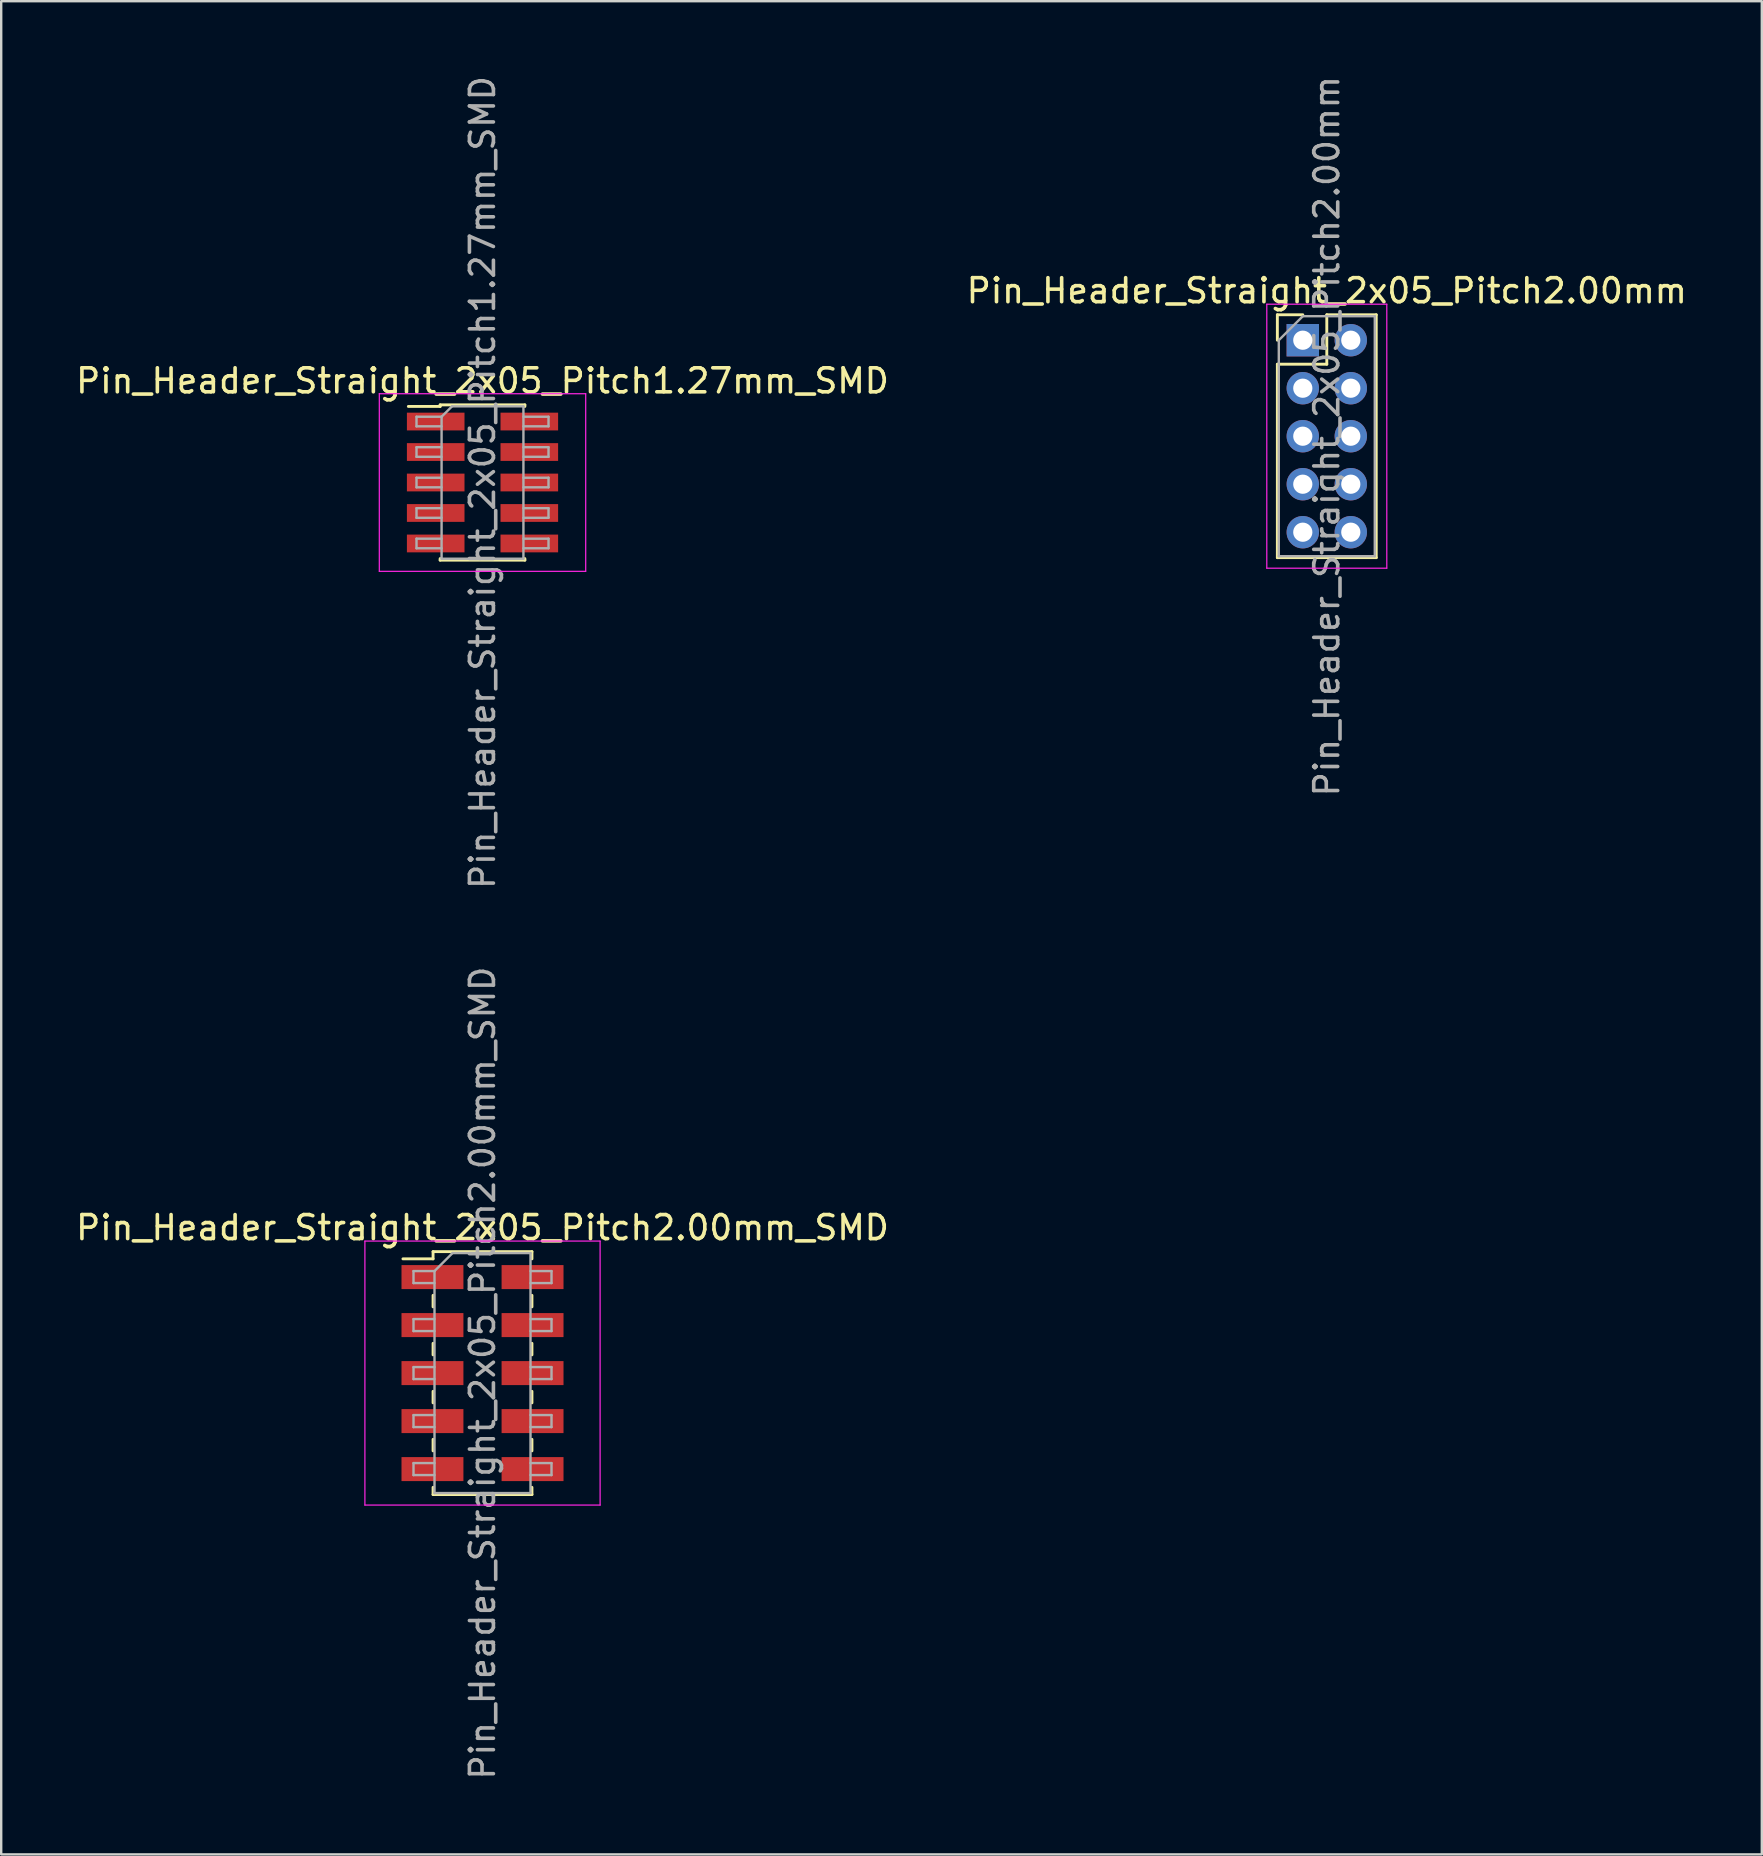
<source format=kicad_pcb>
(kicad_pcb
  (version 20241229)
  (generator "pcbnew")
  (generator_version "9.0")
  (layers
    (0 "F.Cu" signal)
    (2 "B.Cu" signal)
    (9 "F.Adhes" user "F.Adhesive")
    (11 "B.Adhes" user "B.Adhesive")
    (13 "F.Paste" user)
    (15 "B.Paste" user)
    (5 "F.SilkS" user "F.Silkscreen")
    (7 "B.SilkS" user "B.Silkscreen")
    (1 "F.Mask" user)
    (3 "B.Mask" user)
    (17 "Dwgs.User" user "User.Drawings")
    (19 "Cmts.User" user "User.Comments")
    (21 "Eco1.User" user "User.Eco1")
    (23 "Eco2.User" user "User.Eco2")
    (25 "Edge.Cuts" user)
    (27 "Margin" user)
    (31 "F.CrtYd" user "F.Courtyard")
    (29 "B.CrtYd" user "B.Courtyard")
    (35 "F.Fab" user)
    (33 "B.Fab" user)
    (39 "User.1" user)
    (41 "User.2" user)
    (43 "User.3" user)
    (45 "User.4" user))
  (footprint "Pin_Header_Straight_2x05_Pitch2.00mm"
    (layer "F.Cu")
    (at 51.232 11.125)
    (property "Reference" "Pin_Header_Straight_2x05_Pitch2.00mm" (at 1 -2.06 0) (layer "F.SilkS") (effects (font (size 1 1) (thickness 0.15))))
    (attr through_hole)
    (fp_line (start -1.06 -1.06) (end 0 -1.06) (stroke (width 0.12) (type solid)) (layer "F.SilkS"))
    (fp_line (start -1.06 0) (end -1.06 -1.06) (stroke (width 0.12) (type solid)) (layer "F.SilkS"))
    (fp_line (start -1.06 1) (end -1.06 9.06) (stroke (width 0.12) (type solid)) (layer "F.SilkS"))
    (fp_line (start -1.06 1) (end 1 1) (stroke (width 0.12) (type solid)) (layer "F.SilkS"))
    (fp_line (start -1.06 9.06) (end 3.06 9.06) (stroke (width 0.12) (type solid)) (layer "F.SilkS"))
    (fp_line (start 1 -1.06) (end 3.06 -1.06) (stroke (width 0.12) (type solid)) (layer "F.SilkS"))
    (fp_line (start 1 1) (end 1 -1.06) (stroke (width 0.12) (type solid)) (layer "F.SilkS"))
    (fp_line (start 3.06 -1.06) (end 3.06 9.06) (stroke (width 0.12) (type solid)) (layer "F.SilkS"))
    (fp_line (start -1.5 -1.5) (end -1.5 9.5) (stroke (width 0.05) (type solid)) (layer "F.CrtYd"))
    (fp_line (start -1.5 9.5) (end 3.5 9.5) (stroke (width 0.05) (type solid)) (layer "F.CrtYd"))
    (fp_line (start 3.5 -1.5) (end -1.5 -1.5) (stroke (width 0.05) (type solid)) (layer "F.CrtYd"))
    (fp_line (start 3.5 9.5) (end 3.5 -1.5) (stroke (width 0.05) (type solid)) (layer "F.CrtYd"))
    (fp_line (start -1 0) (end 0 -1) (stroke (width 0.1) (type solid)) (layer "F.Fab"))
    (fp_line (start -1 9) (end -1 0) (stroke (width 0.1) (type solid)) (layer "F.Fab"))
    (fp_line (start 0 -1) (end 3 -1) (stroke (width 0.1) (type solid)) (layer "F.Fab"))
    (fp_line (start 3 -1) (end 3 9) (stroke (width 0.1) (type solid)) (layer "F.Fab"))
    (fp_line (start 3 9) (end -1 9) (stroke (width 0.1) (type solid)) (layer "F.Fab"))
    (fp_text user "${REFERENCE}" (at 1 4 90) (layer "F.Fab") (effects (font (size 1 1) (thickness 0.15))))
    (pad "1" thru_hole rect (at 0 0) (size 1.35 1.35) (drill 0.8) (layers "*.Cu" "*.Mask"))
    (pad "2" thru_hole oval (at 2 0) (size 1.35 1.35) (drill 0.8) (layers "*.Cu" "*.Mask"))
    (pad "3" thru_hole oval (at 0 2) (size 1.35 1.35) (drill 0.8) (layers "*.Cu" "*.Mask"))
    (pad "4" thru_hole oval (at 2 2) (size 1.35 1.35) (drill 0.8) (layers "*.Cu" "*.Mask"))
    (pad "5" thru_hole oval (at 0 4) (size 1.35 1.35) (drill 0.8) (layers "*.Cu" "*.Mask"))
    (pad "6" thru_hole oval (at 2 4) (size 1.35 1.35) (drill 0.8) (layers "*.Cu" "*.Mask"))
    (pad "7" thru_hole oval (at 0 6) (size 1.35 1.35) (drill 0.8) (layers "*.Cu" "*.Mask"))
    (pad "8" thru_hole oval (at 2 6) (size 1.35 1.35) (drill 0.8) (layers "*.Cu" "*.Mask"))
    (pad "9" thru_hole oval (at 0 8) (size 1.35 1.35) (drill 0.8) (layers "*.Cu" "*.Mask"))
    (pad "10" thru_hole oval (at 2 8) (size 1.35 1.35) (drill 0.8) (layers "*.Cu" "*.Mask")))
  (footprint "Pin_Header_Straight_2x05_Pitch2.00mm_SMD"
    (layer "F.Cu")
    (at 17.054 54.161)
    (property "Reference" "Pin_Header_Straight_2x05_Pitch2.00mm_SMD" (at 0 -6.06 0) (layer "F.SilkS") (effects (font (size 1 1) (thickness 0.15))))
    (attr smd)
    (fp_line (start -3.315 -4.76) (end -2.06 -4.76) (stroke (width 0.12) (type solid)) (layer "F.SilkS"))
    (fp_line (start -2.06 -5.06) (end -2.06 -4.76) (stroke (width 0.12) (type solid)) (layer "F.SilkS"))
    (fp_line (start -2.06 -5.06) (end 2.06 -5.06) (stroke (width 0.12) (type solid)) (layer "F.SilkS"))
    (fp_line (start -2.06 -3.24) (end -2.06 -2.76) (stroke (width 0.12) (type solid)) (layer "F.SilkS"))
    (fp_line (start -2.06 -1.24) (end -2.06 -0.76) (stroke (width 0.12) (type solid)) (layer "F.SilkS"))
    (fp_line (start -2.06 0.76) (end -2.06 1.24) (stroke (width 0.12) (type solid)) (layer "F.SilkS"))
    (fp_line (start -2.06 2.76) (end -2.06 3.24) (stroke (width 0.12) (type solid)) (layer "F.SilkS"))
    (fp_line (start -2.06 4.76) (end -2.06 5.06) (stroke (width 0.12) (type solid)) (layer "F.SilkS"))
    (fp_line (start -2.06 5.06) (end 2.06 5.06) (stroke (width 0.12) (type solid)) (layer "F.SilkS"))
    (fp_line (start 2.06 -5.06) (end 2.06 -4.76) (stroke (width 0.12) (type solid)) (layer "F.SilkS"))
    (fp_line (start 2.06 -3.24) (end 2.06 -2.76) (stroke (width 0.12) (type solid)) (layer "F.SilkS"))
    (fp_line (start 2.06 -1.24) (end 2.06 -0.76) (stroke (width 0.12) (type solid)) (layer "F.SilkS"))
    (fp_line (start 2.06 0.76) (end 2.06 1.24) (stroke (width 0.12) (type solid)) (layer "F.SilkS"))
    (fp_line (start 2.06 2.76) (end 2.06 3.24) (stroke (width 0.12) (type solid)) (layer "F.SilkS"))
    (fp_line (start 2.06 4.76) (end 2.06 5.06) (stroke (width 0.12) (type solid)) (layer "F.SilkS"))
    (fp_line (start -4.9 -5.5) (end -4.9 5.5) (stroke (width 0.05) (type solid)) (layer "F.CrtYd"))
    (fp_line (start -4.9 5.5) (end 4.9 5.5) (stroke (width 0.05) (type solid)) (layer "F.CrtYd"))
    (fp_line (start 4.9 -5.5) (end -4.9 -5.5) (stroke (width 0.05) (type solid)) (layer "F.CrtYd"))
    (fp_line (start 4.9 5.5) (end 4.9 -5.5) (stroke (width 0.05) (type solid)) (layer "F.CrtYd"))
    (fp_line (start -2.875 -4.25) (end -2.875 -3.75) (stroke (width 0.1) (type solid)) (layer "F.Fab"))
    (fp_line (start -2.875 -3.75) (end -2 -3.75) (stroke (width 0.1) (type solid)) (layer "F.Fab"))
    (fp_line (start -2.875 -2.25) (end -2.875 -1.75) (stroke (width 0.1) (type solid)) (layer "F.Fab"))
    (fp_line (start -2.875 -1.75) (end -2 -1.75) (stroke (width 0.1) (type solid)) (layer "F.Fab"))
    (fp_line (start -2.875 -0.25) (end -2.875 0.25) (stroke (width 0.1) (type solid)) (layer "F.Fab"))
    (fp_line (start -2.875 0.25) (end -2 0.25) (stroke (width 0.1) (type solid)) (layer "F.Fab"))
    (fp_line (start -2.875 1.75) (end -2.875 2.25) (stroke (width 0.1) (type solid)) (layer "F.Fab"))
    (fp_line (start -2.875 2.25) (end -2 2.25) (stroke (width 0.1) (type solid)) (layer "F.Fab"))
    (fp_line (start -2.875 3.75) (end -2.875 4.25) (stroke (width 0.1) (type solid)) (layer "F.Fab"))
    (fp_line (start -2.875 4.25) (end -2 4.25) (stroke (width 0.1) (type solid)) (layer "F.Fab"))
    (fp_line (start -2 -4.25) (end -2.875 -4.25) (stroke (width 0.1) (type solid)) (layer "F.Fab"))
    (fp_line (start -2 -4.25) (end -1.25 -5) (stroke (width 0.1) (type solid)) (layer "F.Fab"))
    (fp_line (start -2 -2.25) (end -2.875 -2.25) (stroke (width 0.1) (type solid)) (layer "F.Fab"))
    (fp_line (start -2 -0.25) (end -2.875 -0.25) (stroke (width 0.1) (type solid)) (layer "F.Fab"))
    (fp_line (start -2 1.75) (end -2.875 1.75) (stroke (width 0.1) (type solid)) (layer "F.Fab"))
    (fp_line (start -2 3.75) (end -2.875 3.75) (stroke (width 0.1) (type solid)) (layer "F.Fab"))
    (fp_line (start -2 5) (end -2 -4.25) (stroke (width 0.1) (type solid)) (layer "F.Fab"))
    (fp_line (start -1.25 -5) (end 2 -5) (stroke (width 0.1) (type solid)) (layer "F.Fab"))
    (fp_line (start 2 -5) (end 2 5) (stroke (width 0.1) (type solid)) (layer "F.Fab"))
    (fp_line (start 2 -4.25) (end 2.875 -4.25) (stroke (width 0.1) (type solid)) (layer "F.Fab"))
    (fp_line (start 2 -2.25) (end 2.875 -2.25) (stroke (width 0.1) (type solid)) (layer "F.Fab"))
    (fp_line (start 2 -0.25) (end 2.875 -0.25) (stroke (width 0.1) (type solid)) (layer "F.Fab"))
    (fp_line (start 2 1.75) (end 2.875 1.75) (stroke (width 0.1) (type solid)) (layer "F.Fab"))
    (fp_line (start 2 3.75) (end 2.875 3.75) (stroke (width 0.1) (type solid)) (layer "F.Fab"))
    (fp_line (start 2 5) (end -2 5) (stroke (width 0.1) (type solid)) (layer "F.Fab"))
    (fp_line (start 2.875 -4.25) (end 2.875 -3.75) (stroke (width 0.1) (type solid)) (layer "F.Fab"))
    (fp_line (start 2.875 -3.75) (end 2 -3.75) (stroke (width 0.1) (type solid)) (layer "F.Fab"))
    (fp_line (start 2.875 -2.25) (end 2.875 -1.75) (stroke (width 0.1) (type solid)) (layer "F.Fab"))
    (fp_line (start 2.875 -1.75) (end 2 -1.75) (stroke (width 0.1) (type solid)) (layer "F.Fab"))
    (fp_line (start 2.875 -0.25) (end 2.875 0.25) (stroke (width 0.1) (type solid)) (layer "F.Fab"))
    (fp_line (start 2.875 0.25) (end 2 0.25) (stroke (width 0.1) (type solid)) (layer "F.Fab"))
    (fp_line (start 2.875 1.75) (end 2.875 2.25) (stroke (width 0.1) (type solid)) (layer "F.Fab"))
    (fp_line (start 2.875 2.25) (end 2 2.25) (stroke (width 0.1) (type solid)) (layer "F.Fab"))
    (fp_line (start 2.875 3.75) (end 2.875 4.25) (stroke (width 0.1) (type solid)) (layer "F.Fab"))
    (fp_line (start 2.875 4.25) (end 2 4.25) (stroke (width 0.1) (type solid)) (layer "F.Fab"))
    (fp_text user "${REFERENCE}" (at 0 0 90) (layer "F.Fab") (effects (font (size 1 1) (thickness 0.15))))
    (pad "1" smd rect (at -2.085 -4) (size 2.58 1) (layers "F.Cu" "F.Mask" "F.Paste"))
    (pad "2" smd rect (at 2.085 -4) (size 2.58 1) (layers "F.Cu" "F.Mask" "F.Paste"))
    (pad "3" smd rect (at -2.085 -2) (size 2.58 1) (layers "F.Cu" "F.Mask" "F.Paste"))
    (pad "4" smd rect (at 2.085 -2) (size 2.58 1) (layers "F.Cu" "F.Mask" "F.Paste"))
    (pad "5" smd rect (at -2.085 0) (size 2.58 1) (layers "F.Cu" "F.Mask" "F.Paste"))
    (pad "6" smd rect (at 2.085 0) (size 2.58 1) (layers "F.Cu" "F.Mask" "F.Paste"))
    (pad "7" smd rect (at -2.085 2) (size 2.58 1) (layers "F.Cu" "F.Mask" "F.Paste"))
    (pad "8" smd rect (at 2.085 2) (size 2.58 1) (layers "F.Cu" "F.Mask" "F.Paste"))
    (pad "9" smd rect (at -2.085 4) (size 2.58 1) (layers "F.Cu" "F.Mask" "F.Paste"))
    (pad "10" smd rect (at 2.085 4) (size 2.58 1) (layers "F.Cu" "F.Mask" "F.Paste")))
  (footprint "Pin_Header_Straight_2x05_Pitch1.27mm_SMD"
    (layer "F.Cu")
    (at 17.054 17.054)
    (property "Reference" "Pin_Header_Straight_2x05_Pitch1.27mm_SMD" (at 0 -4.235 0) (layer "F.SilkS") (effects (font (size 1 1) (thickness 0.15))))
    (attr smd)
    (fp_line (start -3.09 -3.17) (end -1.765 -3.17) (stroke (width 0.12) (type solid)) (layer "F.SilkS"))
    (fp_line (start -1.765 -3.235) (end -1.765 -3.17) (stroke (width 0.12) (type solid)) (layer "F.SilkS"))
    (fp_line (start -1.765 -3.235) (end 1.765 -3.235) (stroke (width 0.12) (type solid)) (layer "F.SilkS"))
    (fp_line (start -1.765 3.17) (end -1.765 3.235) (stroke (width 0.12) (type solid)) (layer "F.SilkS"))
    (fp_line (start -1.765 3.235) (end 1.765 3.235) (stroke (width 0.12) (type solid)) (layer "F.SilkS"))
    (fp_line (start 1.765 -3.235) (end 1.765 -3.17) (stroke (width 0.12) (type solid)) (layer "F.SilkS"))
    (fp_line (start 1.765 3.17) (end 1.765 3.235) (stroke (width 0.12) (type solid)) (layer "F.SilkS"))
    (fp_line (start -4.3 -3.7) (end -4.3 3.7) (stroke (width 0.05) (type solid)) (layer "F.CrtYd"))
    (fp_line (start -4.3 3.7) (end 4.3 3.7) (stroke (width 0.05) (type solid)) (layer "F.CrtYd"))
    (fp_line (start 4.3 -3.7) (end -4.3 -3.7) (stroke (width 0.05) (type solid)) (layer "F.CrtYd"))
    (fp_line (start 4.3 3.7) (end 4.3 -3.7) (stroke (width 0.05) (type solid)) (layer "F.CrtYd"))
    (fp_line (start -2.75 -2.74) (end -2.75 -2.34) (stroke (width 0.1) (type solid)) (layer "F.Fab"))
    (fp_line (start -2.75 -2.34) (end -1.705 -2.34) (stroke (width 0.1) (type solid)) (layer "F.Fab"))
    (fp_line (start -2.75 -1.47) (end -2.75 -1.07) (stroke (width 0.1) (type solid)) (layer "F.Fab"))
    (fp_line (start -2.75 -1.07) (end -1.705 -1.07) (stroke (width 0.1) (type solid)) (layer "F.Fab"))
    (fp_line (start -2.75 -0.2) (end -2.75 0.2) (stroke (width 0.1) (type solid)) (layer "F.Fab"))
    (fp_line (start -2.75 0.2) (end -1.705 0.2) (stroke (width 0.1) (type solid)) (layer "F.Fab"))
    (fp_line (start -2.75 1.07) (end -2.75 1.47) (stroke (width 0.1) (type solid)) (layer "F.Fab"))
    (fp_line (start -2.75 1.47) (end -1.705 1.47) (stroke (width 0.1) (type solid)) (layer "F.Fab"))
    (fp_line (start -2.75 2.34) (end -2.75 2.74) (stroke (width 0.1) (type solid)) (layer "F.Fab"))
    (fp_line (start -2.75 2.74) (end -1.705 2.74) (stroke (width 0.1) (type solid)) (layer "F.Fab"))
    (fp_line (start -1.705 -2.74) (end -2.75 -2.74) (stroke (width 0.1) (type solid)) (layer "F.Fab"))
    (fp_line (start -1.705 -2.74) (end -1.27 -3.175) (stroke (width 0.1) (type solid)) (layer "F.Fab"))
    (fp_line (start -1.705 -1.47) (end -2.75 -1.47) (stroke (width 0.1) (type solid)) (layer "F.Fab"))
    (fp_line (start -1.705 -0.2) (end -2.75 -0.2) (stroke (width 0.1) (type solid)) (layer "F.Fab"))
    (fp_line (start -1.705 1.07) (end -2.75 1.07) (stroke (width 0.1) (type solid)) (layer "F.Fab"))
    (fp_line (start -1.705 2.34) (end -2.75 2.34) (stroke (width 0.1) (type solid)) (layer "F.Fab"))
    (fp_line (start -1.705 3.175) (end -1.705 -2.74) (stroke (width 0.1) (type solid)) (layer "F.Fab"))
    (fp_line (start -1.27 -3.175) (end 1.705 -3.175) (stroke (width 0.1) (type solid)) (layer "F.Fab"))
    (fp_line (start 1.705 -3.175) (end 1.705 3.175) (stroke (width 0.1) (type solid)) (layer "F.Fab"))
    (fp_line (start 1.705 -2.74) (end 2.75 -2.74) (stroke (width 0.1) (type solid)) (layer "F.Fab"))
    (fp_line (start 1.705 -1.47) (end 2.75 -1.47) (stroke (width 0.1) (type solid)) (layer "F.Fab"))
    (fp_line (start 1.705 -0.2) (end 2.75 -0.2) (stroke (width 0.1) (type solid)) (layer "F.Fab"))
    (fp_line (start 1.705 1.07) (end 2.75 1.07) (stroke (width 0.1) (type solid)) (layer "F.Fab"))
    (fp_line (start 1.705 2.34) (end 2.75 2.34) (stroke (width 0.1) (type solid)) (layer "F.Fab"))
    (fp_line (start 1.705 3.175) (end -1.705 3.175) (stroke (width 0.1) (type solid)) (layer "F.Fab"))
    (fp_line (start 2.75 -2.74) (end 2.75 -2.34) (stroke (width 0.1) (type solid)) (layer "F.Fab"))
    (fp_line (start 2.75 -2.34) (end 1.705 -2.34) (stroke (width 0.1) (type solid)) (layer "F.Fab"))
    (fp_line (start 2.75 -1.47) (end 2.75 -1.07) (stroke (width 0.1) (type solid)) (layer "F.Fab"))
    (fp_line (start 2.75 -1.07) (end 1.705 -1.07) (stroke (width 0.1) (type solid)) (layer "F.Fab"))
    (fp_line (start 2.75 -0.2) (end 2.75 0.2) (stroke (width 0.1) (type solid)) (layer "F.Fab"))
    (fp_line (start 2.75 0.2) (end 1.705 0.2) (stroke (width 0.1) (type solid)) (layer "F.Fab"))
    (fp_line (start 2.75 1.07) (end 2.75 1.47) (stroke (width 0.1) (type solid)) (layer "F.Fab"))
    (fp_line (start 2.75 1.47) (end 1.705 1.47) (stroke (width 0.1) (type solid)) (layer "F.Fab"))
    (fp_line (start 2.75 2.34) (end 2.75 2.74) (stroke (width 0.1) (type solid)) (layer "F.Fab"))
    (fp_line (start 2.75 2.74) (end 1.705 2.74) (stroke (width 0.1) (type solid)) (layer "F.Fab"))
    (fp_text user "${REFERENCE}" (at 0 0 90) (layer "F.Fab") (effects (font (size 1 1) (thickness 0.15))))
    (pad "1" smd rect (at -1.95 -2.54) (size 2.4 0.74) (layers "F.Cu" "F.Mask" "F.Paste"))
    (pad "2" smd rect (at 1.95 -2.54) (size 2.4 0.74) (layers "F.Cu" "F.Mask" "F.Paste"))
    (pad "3" smd rect (at -1.95 -1.27) (size 2.4 0.74) (layers "F.Cu" "F.Mask" "F.Paste"))
    (pad "4" smd rect (at 1.95 -1.27) (size 2.4 0.74) (layers "F.Cu" "F.Mask" "F.Paste"))
    (pad "5" smd rect (at -1.95 0) (size 2.4 0.74) (layers "F.Cu" "F.Mask" "F.Paste"))
    (pad "6" smd rect (at 1.95 0) (size 2.4 0.74) (layers "F.Cu" "F.Mask" "F.Paste"))
    (pad "7" smd rect (at -1.95 1.27) (size 2.4 0.74) (layers "F.Cu" "F.Mask" "F.Paste"))
    (pad "8" smd rect (at 1.95 1.27) (size 2.4 0.74) (layers "F.Cu" "F.Mask" "F.Paste"))
    (pad "9" smd rect (at -1.95 2.54) (size 2.4 0.74) (layers "F.Cu" "F.Mask" "F.Paste"))
    (pad "10" smd rect (at 1.95 2.54) (size 2.4 0.74) (layers "F.Cu" "F.Mask" "F.Paste")))
  (gr_rect
    (start -3 -3)
    (end 70.357 74.214)
    (stroke (width 0.1) (type default))
    (fill no)
    (layer "Edge.Cuts")))
</source>
